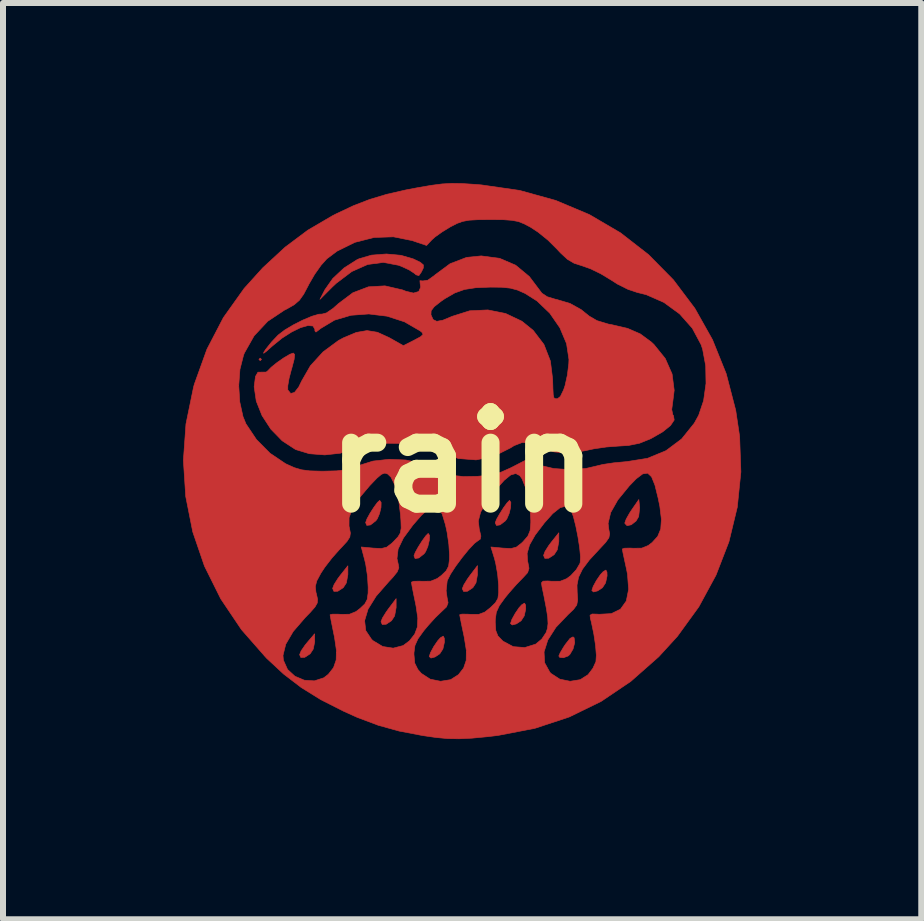
<source format=kicad_pcb>
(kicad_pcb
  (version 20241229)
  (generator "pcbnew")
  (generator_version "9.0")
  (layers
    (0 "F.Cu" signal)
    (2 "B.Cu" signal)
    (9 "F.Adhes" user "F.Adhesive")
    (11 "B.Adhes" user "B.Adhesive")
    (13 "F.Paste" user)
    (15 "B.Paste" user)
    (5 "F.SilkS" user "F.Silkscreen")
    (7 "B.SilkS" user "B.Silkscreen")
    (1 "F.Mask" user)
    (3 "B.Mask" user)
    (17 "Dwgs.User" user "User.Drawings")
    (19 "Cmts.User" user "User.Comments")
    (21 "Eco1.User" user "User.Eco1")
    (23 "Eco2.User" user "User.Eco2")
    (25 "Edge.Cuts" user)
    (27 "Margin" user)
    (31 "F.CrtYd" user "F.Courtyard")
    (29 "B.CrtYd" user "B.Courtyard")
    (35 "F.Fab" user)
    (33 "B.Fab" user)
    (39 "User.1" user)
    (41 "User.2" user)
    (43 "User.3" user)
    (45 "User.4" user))
  (footprint "rain"
    (layer "F.Cu")
    (at 4.65 4.651)
    (property "Reference" "rain" (at 0 0 0) (layer "F.SilkS") (effects (font (size 1.524 1.524) (thickness 0.3))))
    (attr through_hole)
    (fp_poly (pts (xy -3.344 -1.714) (xy -3.365 -1.693) (xy -3.387 -1.714) (xy -3.365 -1.736) (xy -3.344 -1.714)) (stroke (width 0.01) (type solid)) (fill yes) (layer "F.Cu"))
    (fp_poly (pts (xy -2.457 2.989) (xy -2.482 3.112) (xy -2.533 3.19) (xy -2.623 3.249) (xy -2.688 3.252) (xy -2.709 3.205) (xy -2.684 3.142) (xy -2.619 3.047) (xy -2.584 3.004) (xy -2.459 2.857) (xy -2.457 2.989)) (stroke (width 0.01) (type solid)) (fill yes) (layer "F.Cu"))
    (fp_poly (pts (xy -1.905 1.871) (xy -1.93 2.009) (xy -1.982 2.089) (xy -2.073 2.148) (xy -2.138 2.15) (xy -2.159 2.101) (xy -2.134 2.036) (xy -2.071 1.936) (xy -2.032 1.884) (xy -1.905 1.724) (xy -1.905 1.871)) (stroke (width 0.01) (type solid)) (fill yes) (layer "F.Cu"))
    (fp_poly (pts (xy -1.101 2.42) (xy -1.126 2.559) (xy -1.178 2.639) (xy -1.267 2.698) (xy -1.332 2.702) (xy -1.353 2.656) (xy -1.329 2.594) (xy -1.267 2.494) (xy -1.226 2.437) (xy -1.101 2.271) (xy -1.101 2.42)) (stroke (width 0.01) (type solid)) (fill yes) (layer "F.Cu"))
    (fp_poly (pts (xy 0.254 1.87) (xy 0.229 2.009) (xy 0.177 2.089) (xy 0.088 2.148) (xy 0.023 2.152) (xy 0.001 2.106) (xy 0.026 2.043) (xy 0.087 1.944) (xy 0.128 1.887) (xy 0.254 1.721) (xy 0.254 1.87)) (stroke (width 0.01) (type solid)) (fill yes) (layer "F.Cu"))
    (fp_poly (pts (xy 1.609 1.321) (xy 1.583 1.459) (xy 1.531 1.539) (xy 1.441 1.598) (xy 1.376 1.6) (xy 1.355 1.551) (xy 1.379 1.486) (xy 1.442 1.386) (xy 1.482 1.333) (xy 1.609 1.174) (xy 1.609 1.321)) (stroke (width 0.01) (type solid)) (fill yes) (layer "F.Cu"))
    (fp_poly (pts (xy 2.956 0.758) (xy 2.939 0.905) (xy 2.896 0.978) (xy 2.816 1.041) (xy 2.746 1.056) (xy 2.71 1.019) (xy 2.709 1.008) (xy 2.732 0.945) (xy 2.789 0.844) (xy 2.826 0.788) (xy 2.942 0.62) (xy 2.956 0.758)) (stroke (width 0.01) (type solid)) (fill yes) (layer "F.Cu"))
    (fp_poly (pts (xy -0.299 2.93) (xy -0.296 2.994) (xy -0.322 3.11) (xy -0.374 3.19) (xy -0.453 3.243) (xy -0.521 3.261) (xy -0.55 3.236) (xy -0.527 3.168) (xy -0.473 3.068) (xy -0.408 2.973) (xy -0.363 2.923) (xy -0.316 2.896) (xy -0.299 2.93)) (stroke (width 0.01) (type solid)) (fill yes) (layer "F.Cu"))
    (fp_poly (pts (xy 1.056 2.38) (xy 1.058 2.444) (xy 1.033 2.559) (xy 0.981 2.639) (xy 0.902 2.692) (xy 0.833 2.71) (xy 0.804 2.686) (xy 0.827 2.618) (xy 0.882 2.518) (xy 0.947 2.422) (xy 0.992 2.373) (xy 1.038 2.346) (xy 1.056 2.38)) (stroke (width 0.01) (type solid)) (fill yes) (layer "F.Cu"))
    (fp_poly (pts (xy 2.411 1.829) (xy 2.413 1.893) (xy 2.388 2.009) (xy 2.336 2.089) (xy 2.256 2.142) (xy 2.188 2.16) (xy 2.159 2.136) (xy 2.182 2.067) (xy 2.236 1.968) (xy 2.302 1.872) (xy 2.347 1.823) (xy 2.393 1.795) (xy 2.411 1.829)) (stroke (width 0.01) (type solid)) (fill yes) (layer "F.Cu"))
    (fp_poly (pts (xy 1.864 2.923) (xy 1.874 3.004) (xy 1.846 3.111) (xy 1.792 3.202) (xy 1.765 3.226) (xy 1.686 3.256) (xy 1.624 3.25) (xy 1.609 3.227) (xy 1.631 3.175) (xy 1.686 3.082) (xy 1.719 3.032) (xy 1.796 2.934) (xy 1.845 2.908) (xy 1.864 2.923)) (stroke (width 0.01) (type solid)) (fill yes) (layer "F.Cu"))
    (fp_poly (pts (xy -1.351 0.669) (xy -1.353 0.752) (xy -1.377 0.853) (xy -1.415 0.942) (xy -1.439 0.974) (xy -1.529 1.044) (xy -1.59 1.051) (xy -1.609 1.005) (xy -1.588 0.945) (xy -1.537 0.851) (xy -1.472 0.75) (xy -1.413 0.669) (xy -1.375 0.635) (xy -1.374 0.635) (xy -1.351 0.669)) (stroke (width 0.01) (type solid)) (fill yes) (layer "F.Cu"))
    (fp_poly (pts (xy -0.544 1.219) (xy -0.549 1.302) (xy -0.573 1.403) (xy -0.611 1.491) (xy -0.635 1.524) (xy -0.724 1.594) (xy -0.785 1.603) (xy -0.804 1.558) (xy -0.783 1.502) (xy -0.732 1.41) (xy -0.668 1.309) (xy -0.607 1.225) (xy -0.568 1.186) (xy -0.566 1.185) (xy -0.544 1.219)) (stroke (width 0.01) (type solid)) (fill yes) (layer "F.Cu"))
    (fp_poly (pts (xy 0.81 0.669) (xy 0.806 0.752) (xy 0.782 0.852) (xy 0.744 0.941) (xy 0.72 0.974) (xy 0.63 1.043) (xy 0.57 1.052) (xy 0.55 1.008) (xy 0.571 0.952) (xy 0.623 0.86) (xy 0.687 0.758) (xy 0.748 0.675) (xy 0.787 0.635) (xy 0.789 0.635) (xy 0.81 0.669)) (stroke (width 0.01) (type solid)) (fill yes) (layer "F.Cu"))
    (fp_poly (pts (xy -1.021 -3.448) (xy -0.815 -3.388) (xy -0.699 -3.332) (xy -0.647 -3.288) (xy -0.648 -3.237) (xy -0.681 -3.169) (xy -0.722 -3.11) (xy -0.769 -3.123) (xy -0.799 -3.149) (xy -0.883 -3.204) (xy -1.008 -3.262) (xy -1.06 -3.282) (xy -1.315 -3.33) (xy -1.576 -3.295) (xy -1.839 -3.178) (xy -2.099 -2.982) (xy -2.165 -2.92) (xy -2.37 -2.714) (xy -2.288 -2.874) (xy -2.157 -3.061) (xy -1.97 -3.236) (xy -1.754 -3.374) (xy -1.717 -3.391) (xy -1.51 -3.451) (xy -1.266 -3.47) (xy -1.021 -3.448)) (stroke (width 0.01) (type solid)) (fill yes) (layer "F.Cu"))
    (fp_poly (pts (xy 0.622 -3.398) (xy 0.89 -3.283) (xy 1.118 -3.094) (xy 1.251 -2.918) (xy 1.327 -2.817) (xy 1.415 -2.758) (xy 1.55 -2.717) (xy 1.574 -2.712) (xy 1.796 -2.646) (xy 1.98 -2.544) (xy 2.117 -2.434) (xy 2.244 -2.36) (xy 2.432 -2.303) (xy 2.487 -2.293) (xy 2.754 -2.231) (xy 2.966 -2.139) (xy 3.149 -2.004) (xy 3.193 -1.963) (xy 3.382 -1.729) (xy 3.496 -1.471) (xy 3.531 -1.2) (xy 3.509 -1.022) (xy 3.49 -0.879) (xy 3.508 -0.792) (xy 3.519 -0.777) (xy 3.531 -0.704) (xy 3.469 -0.612) (xy 3.341 -0.508) (xy 3.153 -0.4) (xy 3.136 -0.391) (xy 2.953 -0.317) (xy 2.769 -0.28) (xy 2.604 -0.27) (xy 2.403 -0.255) (xy 2.191 -0.224) (xy 2.053 -0.194) (xy 1.78 -0.148) (xy 1.528 -0.173) (xy 1.294 -0.259) (xy 1.129 -0.323) (xy 0.997 -0.329) (xy 0.865 -0.278) (xy 0.804 -0.24) (xy 0.524 -0.099) (xy 0.231 -0.04) (xy -0.065 -0.063) (xy -0.355 -0.17) (xy -0.364 -0.174) (xy -0.478 -0.231) (xy -0.576 -0.27) (xy -0.681 -0.293) (xy -0.816 -0.306) (xy -1.003 -0.314) (xy -1.113 -0.316) (xy -1.333 -0.318) (xy -1.49 -0.315) (xy -1.604 -0.301) (xy -1.696 -0.276) (xy -1.787 -0.237) (xy -1.808 -0.226) (xy -2.031 -0.151) (xy -2.289 -0.123) (xy -2.547 -0.143) (xy -2.771 -0.211) (xy -2.777 -0.213) (xy -2.999 -0.358) (xy -3.188 -0.552) (xy -3.335 -0.778) (xy -3.431 -1.019) (xy -3.466 -1.258) (xy -3.444 -1.43) (xy -3.403 -1.501) (xy -3.343 -1.502) (xy -3.266 -1.503) (xy -3.238 -1.525) (xy -3.181 -1.584) (xy -3.084 -1.662) (xy -2.972 -1.74) (xy -2.872 -1.799) (xy -2.814 -1.82) (xy -2.792 -1.796) (xy -2.8 -1.715) (xy -2.839 -1.567) (xy -2.846 -1.545) (xy -2.885 -1.396) (xy -2.906 -1.274) (xy -2.906 -1.206) (xy -2.857 -1.146) (xy -2.794 -1.164) (xy -2.724 -1.253) (xy -2.676 -1.352) (xy -2.529 -1.608) (xy -2.317 -1.84) (xy -2.061 -2.029) (xy -1.979 -2.073) (xy -1.765 -2.163) (xy -1.586 -2.194) (xy -1.413 -2.166) (xy -1.222 -2.079) (xy -1.209 -2.072) (xy -0.98 -1.943) (xy -0.799 -2.035) (xy -0.693 -2.092) (xy -0.653 -2.129) (xy -0.668 -2.162) (xy -0.701 -2.189) (xy -0.962 -2.34) (xy -1.253 -2.434) (xy -1.46 -2.459) (xy -0.521 -2.459) (xy -0.52 -2.455) (xy -0.485 -2.377) (xy -0.424 -2.348) (xy -0.322 -2.367) (xy -0.166 -2.432) (xy 0.125 -2.524) (xy 0.427 -2.538) (xy 0.722 -2.479) (xy 0.994 -2.35) (xy 1.182 -2.198) (xy 1.361 -1.963) (xy 1.469 -1.686) (xy 1.506 -1.386) (xy 1.511 -1.221) (xy 1.516 -1.124) (xy 1.527 -1.075) (xy 1.547 -1.06) (xy 1.582 -1.058) (xy 1.586 -1.058) (xy 1.636 -1.098) (xy 1.689 -1.207) (xy 1.713 -1.278) (xy 1.752 -1.455) (xy 1.775 -1.644) (xy 1.778 -1.712) (xy 1.738 -1.976) (xy 1.627 -2.24) (xy 1.459 -2.483) (xy 1.245 -2.688) (xy 1.047 -2.813) (xy 0.921 -2.869) (xy 0.801 -2.901) (xy 0.657 -2.916) (xy 0.468 -2.918) (xy 0.225 -2.908) (xy 0.037 -2.879) (xy -0.124 -2.821) (xy -0.287 -2.727) (xy -0.354 -2.681) (xy -0.467 -2.592) (xy -0.518 -2.524) (xy -0.521 -2.459) (xy -1.46 -2.459) (xy -1.556 -2.471) (xy -1.853 -2.449) (xy -2.127 -2.368) (xy -2.359 -2.229) (xy -2.381 -2.211) (xy -2.437 -2.169) (xy -2.454 -2.188) (xy -2.455 -2.216) (xy -2.486 -2.27) (xy -2.57 -2.278) (xy -2.693 -2.243) (xy -2.841 -2.171) (xy -3.002 -2.068) (xy -3.16 -1.94) (xy -3.261 -1.85) (xy -3.308 -1.815) (xy -3.305 -1.834) (xy -3.272 -1.884) (xy -3.176 -2.004) (xy -3.067 -2.119) (xy -3.062 -2.123) (xy -2.956 -2.204) (xy -2.813 -2.289) (xy -2.655 -2.369) (xy -2.506 -2.432) (xy -2.388 -2.467) (xy -2.335 -2.469) (xy -2.262 -2.488) (xy -2.15 -2.565) (xy -2.064 -2.642) (xy -1.822 -2.824) (xy -1.562 -2.923) (xy -1.287 -2.939) (xy -0.996 -2.872) (xy -0.938 -2.849) (xy -0.811 -2.819) (xy -0.724 -2.845) (xy -0.692 -2.918) (xy -0.7 -2.969) (xy -0.705 -3.025) (xy -0.656 -3.021) (xy -0.574 -3.033) (xy -0.462 -3.113) (xy -0.452 -3.123) (xy -0.202 -3.308) (xy 0.072 -3.413) (xy 0.316 -3.438) (xy 0.622 -3.398)) (stroke (width 0.01) (type solid)) (fill yes) (layer "F.Cu"))
    (fp_poly (pts (xy 0.003 -4.643) (xy 0.222 -4.629) (xy 0.318 -4.621) (xy 0.956 -4.529) (xy 1.558 -4.362) (xy 2.119 -4.126) (xy 2.636 -3.823) (xy 3.103 -3.46) (xy 3.518 -3.039) (xy 3.875 -2.565) (xy 4.169 -2.042) (xy 4.398 -1.474) (xy 4.556 -0.866) (xy 4.621 -0.43) (xy 4.642 0.16) (xy 4.582 0.748) (xy 4.443 1.323) (xy 4.228 1.879) (xy 3.941 2.408) (xy 3.584 2.9) (xy 3.274 3.239) (xy 2.808 3.65) (xy 2.313 3.984) (xy 1.782 4.243) (xy 1.21 4.432) (xy 0.592 4.551) (xy 0.423 4.571) (xy 0.16 4.596) (xy -0.051 4.606) (xy -0.238 4.603) (xy -0.433 4.585) (xy -0.656 4.553) (xy -1.049 4.478) (xy -1.399 4.381) (xy -1.748 4.25) (xy -1.974 4.148) (xy -2.357 3.954) (xy -2.682 3.752) (xy -2.976 3.527) (xy -3.261 3.262) (xy -3.301 3.217) (xy -2.986 3.217) (xy -2.979 3.296) (xy -2.91 3.451) (xy -2.787 3.564) (xy -2.631 3.63) (xy -2.463 3.641) (xy -2.306 3.59) (xy -2.231 3.532) (xy -2.144 3.421) (xy -2.1 3.294) (xy -2.098 3.203) (xy -0.804 3.203) (xy -0.791 3.346) (xy -0.739 3.451) (xy -0.681 3.517) (xy -0.533 3.613) (xy -0.361 3.648) (xy -0.193 3.621) (xy -0.063 3.538) (xy 0.023 3.428) (xy 0.066 3.301) (xy 0.068 3.159) (xy 1.363 3.159) (xy 1.373 3.34) (xy 1.459 3.496) (xy 1.478 3.517) (xy 1.626 3.613) (xy 1.798 3.648) (xy 1.966 3.621) (xy 2.096 3.538) (xy 2.177 3.431) (xy 2.227 3.321) (xy 2.234 3.214) (xy 2.221 3.052) (xy 2.192 2.859) (xy 2.151 2.663) (xy 2.135 2.602) (xy 2.129 2.548) (xy 2.164 2.527) (xy 2.261 2.53) (xy 2.278 2.532) (xy 2.484 2.521) (xy 2.636 2.447) (xy 2.733 2.311) (xy 2.772 2.116) (xy 2.753 1.864) (xy 2.736 1.777) (xy 2.703 1.625) (xy 2.678 1.508) (xy 2.667 1.447) (xy 2.667 1.444) (xy 2.705 1.431) (xy 2.799 1.429) (xy 2.85 1.432) (xy 2.991 1.43) (xy 3.099 1.386) (xy 3.163 1.337) (xy 3.256 1.235) (xy 3.307 1.111) (xy 3.318 0.95) (xy 3.292 0.736) (xy 3.264 0.599) (xy 3.21 0.38) (xy 3.154 0.242) (xy 3.089 0.181) (xy 3.007 0.193) (xy 2.898 0.275) (xy 2.785 0.391) (xy 2.592 0.627) (xy 2.473 0.837) (xy 2.43 1.018) (xy 2.441 1.113) (xy 2.456 1.192) (xy 2.443 1.258) (xy 2.389 1.335) (xy 2.293 1.438) (xy 2.119 1.626) (xy 2.004 1.779) (xy 1.938 1.914) (xy 1.912 2.046) (xy 1.915 2.164) (xy 1.923 2.293) (xy 1.908 2.377) (xy 1.854 2.451) (xy 1.765 2.535) (xy 1.561 2.749) (xy 1.426 2.96) (xy 1.363 3.159) (xy 0.068 3.159) (xy 0.069 3.137) (xy 0.034 2.917) (xy 0.027 2.883) (xy -0.006 2.727) (xy -0.018 2.667) (xy 0.55 2.667) (xy 0.559 2.803) (xy 0.594 2.892) (xy 0.672 2.973) (xy 0.681 2.981) (xy 0.85 3.071) (xy 1.041 3.086) (xy 1.224 3.029) (xy 1.325 2.945) (xy 1.398 2.835) (xy 1.42 2.766) (xy 1.429 2.687) (xy 1.424 2.583) (xy 1.402 2.439) (xy 1.363 2.237) (xy 1.329 2.074) (xy 1.32 2.008) (xy 1.346 1.98) (xy 1.424 1.977) (xy 1.492 1.982) (xy 1.633 1.981) (xy 1.739 1.939) (xy 1.808 1.888) (xy 1.9 1.789) (xy 1.96 1.686) (xy 1.965 1.669) (xy 1.97 1.573) (xy 1.956 1.423) (xy 1.928 1.244) (xy 1.892 1.063) (xy 1.852 0.905) (xy 1.812 0.798) (xy 1.801 0.778) (xy 1.728 0.731) (xy 1.631 0.756) (xy 1.507 0.855) (xy 1.37 1.008) (xy 1.215 1.212) (xy 1.121 1.377) (xy 1.081 1.518) (xy 1.089 1.649) (xy 1.094 1.668) (xy 1.112 1.766) (xy 1.09 1.838) (xy 1.014 1.921) (xy 1.004 1.931) (xy 0.904 2.034) (xy 0.785 2.169) (xy 0.712 2.258) (xy 0.617 2.39) (xy 0.568 2.498) (xy 0.551 2.618) (xy 0.55 2.667) (xy -0.018 2.667) (xy -0.03 2.607) (xy -0.042 2.543) (xy -0.042 2.539) (xy -0.005 2.529) (xy 0.09 2.53) (xy 0.143 2.533) (xy 0.276 2.533) (xy 0.375 2.496) (xy 0.471 2.42) (xy 0.552 2.341) (xy 0.594 2.269) (xy 0.607 2.171) (xy 0.606 2.046) (xy 0.59 1.866) (xy 0.558 1.685) (xy 0.538 1.605) (xy 0.478 1.411) (xy 0.682 1.43) (xy 0.814 1.436) (xy 0.902 1.413) (xy 0.985 1.349) (xy 1.014 1.321) (xy 1.093 1.23) (xy 1.131 1.138) (xy 1.142 1.008) (xy 1.142 0.966) (xy 1.13 0.782) (xy 1.097 0.589) (xy 1.051 0.412) (xy 0.997 0.276) (xy 0.959 0.222) (xy 0.892 0.187) (xy 0.808 0.211) (xy 0.7 0.299) (xy 0.559 0.456) (xy 0.401 0.662) (xy 0.306 0.832) (xy 0.268 0.979) (xy 0.284 1.117) (xy 0.286 1.123) (xy 0.311 1.229) (xy 0.3 1.281) (xy 0.274 1.298) (xy 0.205 1.349) (xy 0.108 1.452) (xy -0.001 1.586) (xy -0.108 1.73) (xy -0.195 1.863) (xy -0.247 1.966) (xy -0.251 1.98) (xy -0.268 2.14) (xy -0.253 2.249) (xy -0.236 2.341) (xy -0.262 2.409) (xy -0.345 2.488) (xy -0.346 2.489) (xy -0.447 2.586) (xy -0.565 2.716) (xy -0.641 2.807) (xy -0.738 2.942) (xy -0.788 3.053) (xy -0.804 3.173) (xy -0.804 3.203) (xy -2.098 3.203) (xy -2.096 3.131) (xy -2.128 2.912) (xy -2.136 2.875) (xy -2.167 2.722) (xy -2.184 2.637) (xy -1.626 2.637) (xy -1.607 2.804) (xy -1.511 2.948) (xy -1.487 2.971) (xy -1.324 3.069) (xy -1.15 3.096) (xy -0.984 3.053) (xy -0.879 2.974) (xy -0.792 2.863) (xy -0.747 2.744) (xy -0.74 2.596) (xy -0.769 2.397) (xy -0.781 2.336) (xy -0.813 2.183) (xy -0.836 2.063) (xy -0.846 2) (xy -0.847 1.997) (xy -0.809 1.982) (xy -0.714 1.98) (xy -0.664 1.982) (xy -0.524 1.98) (xy -0.416 1.936) (xy -0.346 1.884) (xy -0.267 1.807) (xy -0.227 1.73) (xy -0.213 1.619) (xy -0.212 1.54) (xy -0.223 1.367) (xy -0.252 1.167) (xy -0.28 1.038) (xy -0.333 0.864) (xy -0.391 0.762) (xy -0.464 0.731) (xy -0.558 0.772) (xy -0.682 0.886) (xy -0.822 1.047) (xy -0.98 1.262) (xy -1.068 1.445) (xy -1.087 1.604) (xy -1.067 1.693) (xy -1.056 1.758) (xy -1.083 1.826) (xy -1.158 1.919) (xy -1.22 1.985) (xy -1.434 2.23) (xy -1.569 2.447) (xy -1.626 2.637) (xy -2.184 2.637) (xy -2.19 2.604) (xy -2.201 2.543) (xy -2.201 2.54) (xy -2.164 2.53) (xy -2.069 2.53) (xy -2.018 2.533) (xy -1.878 2.531) (xy -1.77 2.487) (xy -1.701 2.434) (xy -1.623 2.36) (xy -1.583 2.285) (xy -1.568 2.179) (xy -1.567 2.081) (xy -1.578 1.896) (xy -1.607 1.703) (xy -1.625 1.626) (xy -1.682 1.411) (xy -1.478 1.43) (xy -1.346 1.436) (xy -1.258 1.414) (xy -1.173 1.349) (xy -1.139 1.315) (xy -1.069 1.241) (xy -1.031 1.177) (xy -1.017 1.096) (xy -1.021 0.972) (xy -1.028 0.876) (xy -1.062 0.605) (xy -1.116 0.393) (xy -1.186 0.249) (xy -1.242 0.195) (xy -1.289 0.18) (xy -1.344 0.199) (xy -1.421 0.264) (xy -1.535 0.383) (xy -1.546 0.395) (xy -1.721 0.602) (xy -1.832 0.774) (xy -1.885 0.923) (xy -1.886 1.062) (xy -1.879 1.096) (xy -1.863 1.179) (xy -1.873 1.246) (xy -1.92 1.319) (xy -2.014 1.421) (xy -2.042 1.45) (xy -2.169 1.593) (xy -2.289 1.748) (xy -2.356 1.85) (xy -2.423 1.975) (xy -2.447 2.068) (xy -2.437 2.165) (xy -2.428 2.198) (xy -2.41 2.28) (xy -2.415 2.344) (xy -2.453 2.411) (xy -2.534 2.503) (xy -2.613 2.584) (xy -2.816 2.819) (xy -2.94 3.031) (xy -2.986 3.217) (xy -3.301 3.217) (xy -3.678 2.787) (xy -4.023 2.274) (xy -4.294 1.729) (xy -4.489 1.159) (xy -4.606 0.57) (xy -4.645 -0.032) (xy -4.602 -0.639) (xy -4.477 -1.247) (xy -4.469 -1.278) (xy -3.723 -1.278) (xy -3.706 -1.006) (xy -3.652 -0.761) (xy -3.603 -0.641) (xy -3.428 -0.379) (xy -3.201 -0.15) (xy -2.945 0.022) (xy -2.927 0.031) (xy -2.795 0.09) (xy -2.676 0.125) (xy -2.539 0.143) (xy -2.354 0.148) (xy -2.307 0.148) (xy -2.094 0.143) (xy -1.937 0.125) (xy -1.806 0.088) (xy -1.72 0.053) (xy -1.487 -0.02) (xy -1.217 -0.05) (xy -0.94 -0.038) (xy -0.687 0.015) (xy -0.556 0.068) (xy -0.353 0.163) (xy -0.172 0.217) (xy 0.022 0.238) (xy 0.252 0.234) (xy 0.469 0.212) (xy 0.646 0.165) (xy 0.809 0.092) (xy 1.05 -0.032) (xy 1.277 0.046) (xy 1.525 0.104) (xy 1.801 0.123) (xy 2.064 0.102) (xy 2.21 0.068) (xy 2.343 0.036) (xy 2.524 0.009) (xy 2.715 -0.009) (xy 2.734 -0.01) (xy 3.085 -0.066) (xy 3.393 -0.193) (xy 3.655 -0.389) (xy 3.865 -0.65) (xy 3.939 -0.784) (xy 4.021 -1.027) (xy 4.061 -1.312) (xy 4.056 -1.607) (xy 4.005 -1.882) (xy 3.98 -1.958) (xy 3.833 -2.233) (xy 3.621 -2.472) (xy 3.359 -2.663) (xy 3.062 -2.793) (xy 2.916 -2.829) (xy 2.765 -2.879) (xy 2.587 -2.968) (xy 2.474 -3.04) (xy 2.309 -3.14) (xy 2.133 -3.225) (xy 2 -3.272) (xy 1.865 -3.315) (xy 1.754 -3.38) (xy 1.639 -3.486) (xy 1.571 -3.559) (xy 1.429 -3.7) (xy 1.265 -3.833) (xy 1.137 -3.917) (xy 1.028 -3.974) (xy 0.933 -4.011) (xy 0.827 -4.031) (xy 0.688 -4.041) (xy 0.491 -4.043) (xy 0.466 -4.043) (xy 0.26 -4.041) (xy 0.115 -4.033) (xy 0.008 -4.013) (xy -0.087 -3.979) (xy -0.193 -3.924) (xy -0.199 -3.921) (xy -0.336 -3.837) (xy -0.455 -3.752) (xy -0.507 -3.705) (xy -0.594 -3.612) (xy -0.837 -3.694) (xy -1.146 -3.756) (xy -1.469 -3.745) (xy -1.788 -3.664) (xy -2.084 -3.518) (xy -2.255 -3.39) (xy -2.352 -3.282) (xy -2.46 -3.129) (xy -2.556 -2.963) (xy -2.558 -2.957) (xy -2.64 -2.802) (xy -2.712 -2.7) (xy -2.796 -2.627) (xy -2.915 -2.558) (xy -2.961 -2.535) (xy -3.239 -2.35) (xy -3.467 -2.107) (xy -3.629 -1.82) (xy -3.643 -1.784) (xy -3.703 -1.548) (xy -3.723 -1.278) (xy -4.469 -1.278) (xy -4.46 -1.308) (xy -4.253 -1.883) (xy -3.979 -2.41) (xy -3.632 -2.897) (xy -3.323 -3.239) (xy -2.951 -3.583) (xy -2.573 -3.866) (xy -2.16 -4.108) (xy -2.095 -4.141) (xy -1.811 -4.275) (xy -1.541 -4.379) (xy -1.259 -4.464) (xy -0.935 -4.538) (xy -0.735 -4.576) (xy -0.513 -4.614) (xy -0.335 -4.637) (xy -0.173 -4.646) (xy 0.003 -4.643)) (stroke (width 0.01) (type solid)) (fill yes) (layer "F.Cu"))
    (fp_poly (pts (xy 0.003 -4.643) (xy 0.222 -4.629) (xy 0.318 -4.621) (xy 0.956 -4.529) (xy 1.558 -4.362) (xy 2.119 -4.126) (xy 2.636 -3.823) (xy 3.103 -3.46) (xy 3.518 -3.039) (xy 3.875 -2.565) (xy 4.169 -2.042) (xy 4.398 -1.474) (xy 4.556 -0.866) (xy 4.621 -0.43) (xy 4.642 0.16) (xy 4.582 0.748) (xy 4.443 1.323) (xy 4.228 1.879) (xy 3.941 2.408) (xy 3.584 2.9) (xy 3.274 3.239) (xy 2.808 3.65) (xy 2.313 3.984) (xy 1.782 4.243) (xy 1.21 4.432) (xy 0.592 4.551) (xy 0.423 4.571) (xy 0.16 4.596) (xy -0.051 4.606) (xy -0.238 4.603) (xy -0.433 4.585) (xy -0.656 4.553) (xy -1.049 4.478) (xy -1.399 4.381) (xy -1.748 4.25) (xy -1.974 4.148) (xy -2.357 3.954) (xy -2.682 3.752) (xy -2.976 3.527) (xy -3.261 3.262) (xy -3.678 2.787) (xy -4.023 2.274) (xy -4.294 1.729) (xy -4.489 1.159) (xy -4.606 0.57) (xy -4.645 -0.032) (xy -4.602 -0.639) (xy -4.477 -1.247) (xy -4.46 -1.308) (xy -4.253 -1.883) (xy -3.979 -2.41) (xy -3.632 -2.897) (xy -3.323 -3.239) (xy -2.951 -3.583) (xy -2.573 -3.866) (xy -2.16 -4.108) (xy -2.095 -4.141) (xy -1.811 -4.275) (xy -1.541 -4.379) (xy -1.259 -4.464) (xy -0.935 -4.538) (xy -0.735 -4.576) (xy -0.513 -4.614) (xy -0.335 -4.637) (xy -0.173 -4.646) (xy 0.003 -4.643)) (stroke (width 0.01) (type solid)) (fill yes) (layer "F.Mask")))
  (gr_rect
    (start -3 -3)
    (end 12.297 12.263)
    (stroke (width 0.1) (type default))
    (fill no)
    (layer "Edge.Cuts")))
</source>
